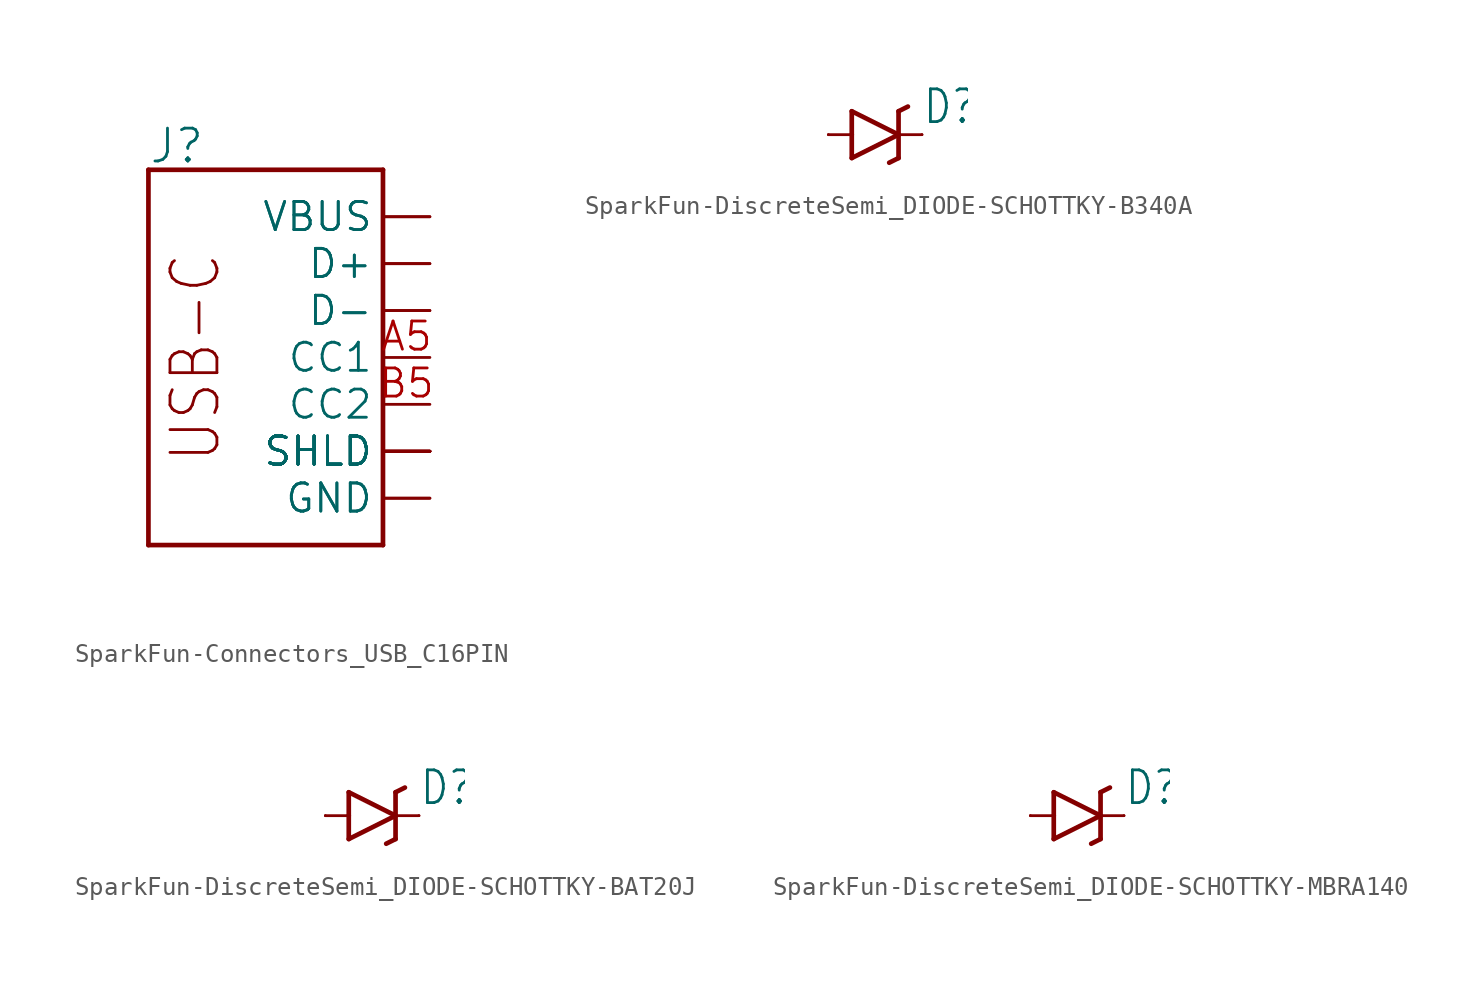
<source format=kicad_sym>
(kicad_symbol_lib
  (version 20241209)
  (generator "kicad_symbol_editor")
  (generator_version "9.0")
  (symbol "SparkFun-Connectors_USB_C16PIN"
    (property "Reference" "J"
      (at -2.54 10.414 0)
      (effects (font (size 1.778 1.778)) (justify left bottom)))
    (property "Value" ""
      (at -2.54 -12.446 0)
      (effects (font (size 1.778 1.778)) (justify left bottom)))
    (property "ki_locked" ""
      (at 0 0 0)
      (effects (font (size 1.27 1.27))))
    (symbol "SparkFun-Connectors_USB_C16PIN_1_0"
      (polyline (pts (xy -2.54 -10.16) (xy -2.54 10.16)) (stroke (width 0.254) (type solid)) (fill (type none)))
      (polyline (pts (xy -2.54 -10.16) (xy 10.16 -10.16)) (stroke (width 0.254) (type solid)) (fill (type none)))
      (polyline (pts (xy 10.16 10.16) (xy -2.54 10.16)) (stroke (width 0.254) (type solid)) (fill (type none)))
      (polyline (pts (xy 10.16 -10.16) (xy 10.16 10.16)) (stroke (width 0.254) (type solid)) (fill (type none)))
      (text "USB-C" (at 0 0 900) (effects (font (size 2.54 2.159))))
      (pin bidirectional line (at 12.7 7.62 180) (length 2.54) (name "VBUS" (effects (font (size 1.524 1.524)))) (number "VBUS1" (effects (font (size 0 0)))))
      (pin bidirectional line (at 12.7 7.62 180) (length 2.54) (name "VBUS" (effects (font (size 1.524 1.524)))) (number "VBUS2" (effects (font (size 0 0)))))
      (pin bidirectional line (at 12.7 5.08 180) (length 2.54) (name "D+" (effects (font (size 1.524 1.524)))) (number "A6" (effects (font (size 0 0)))))
      (pin bidirectional line (at 12.7 5.08 180) (length 2.54) (name "D+" (effects (font (size 1.524 1.524)))) (number "B6" (effects (font (size 0 0)))))
      (pin bidirectional line (at 12.7 2.54 180) (length 2.54) (name "D-" (effects (font (size 1.524 1.524)))) (number "A7" (effects (font (size 0 0)))))
      (pin bidirectional line (at 12.7 2.54 180) (length 2.54) (name "D-" (effects (font (size 1.524 1.524)))) (number "B7" (effects (font (size 0 0)))))
      (pin bidirectional line (at 12.7 0 180) (length 2.54) (name "CC1" (effects (font (size 1.524 1.524)))) (number "A5" (effects (font (size 1.524 1.524)))))
      (pin bidirectional line (at 12.7 -2.54 180) (length 2.54) (name "CC2" (effects (font (size 1.524 1.524)))) (number "B5" (effects (font (size 1.524 1.524)))))
      (pin bidirectional line (at 12.7 -5.08 180) (length 2.54) (name "SHLD" (effects (font (size 1.524 1.524)))) (number "SHLD1" (effects (font (size 0 0)))))
      (pin bidirectional line (at 12.7 -5.08 180) (length 2.54) (name "SHLD" (effects (font (size 1.524 1.524)))) (number "SHLD2" (effects (font (size 0 0)))))
      (pin bidirectional line (at 12.7 -5.08 180) (length 2.54) (name "SHLD" (effects (font (size 1.524 1.524)))) (number "SHLD3" (effects (font (size 0 0)))))
      (pin bidirectional line (at 12.7 -5.08 180) (length 2.54) (name "SHLD" (effects (font (size 1.524 1.524)))) (number "SHLD4" (effects (font (size 0 0)))))
      (pin bidirectional line (at 12.7 -5.08 180) (length 2.54) (name "SHLD" (effects (font (size 1.524 1.524)))) (number "SHLD5" (effects (font (size 0 0)))))
      (pin bidirectional line (at 12.7 -5.08 180) (length 2.54) (name "SHLD" (effects (font (size 1.524 1.524)))) (number "SHLD6" (effects (font (size 0 0)))))
      (pin bidirectional line (at 12.7 -5.08 180) (length 2.54) (name "SHLD" (effects (font (size 1.524 1.524)))) (number "SHLD7" (effects (font (size 0 0)))))
      (pin bidirectional line (at 12.7 -5.08 180) (length 2.54) (name "SHLD" (effects (font (size 1.524 1.524)))) (number "SHLD8" (effects (font (size 0 0)))))
      (pin bidirectional line (at 12.7 -7.62 180) (length 2.54) (name "GND" (effects (font (size 1.524 1.524)))) (number "GND" (effects (font (size 0 0)))))
      (pin bidirectional line (at 12.7 -7.62 180) (length 2.54) (name "GND" (effects (font (size 1.524 1.524)))) (number "GND2" (effects (font (size 0 0)))))))
  (symbol "SparkFun-DiscreteSemi_DIODE-SCHOTTKY-B340A"
    (property "Reference" "D"
      (at 2.54 0.483 0)
      (effects (font (size 1.778 1.511)) (justify left bottom)))
    (property "Value" ""
      (at 2.54 -2.311 0)
      (effects (font (size 1.778 1.511)) (justify left bottom)))
    (property "ki_locked" ""
      (at 0 0 0)
      (effects (font (size 1.27 1.27))))
    (symbol "SparkFun-DiscreteSemi_DIODE-SCHOTTKY-B340A_1_0"
      (polyline (pts (xy -2.54 0) (xy -1.27 0)) (stroke (width 0.152) (type solid)) (fill (type none)))
      (polyline (pts (xy -1.27 1.27) (xy -1.27 0)) (stroke (width 0.254) (type solid)) (fill (type none)))
      (polyline (pts (xy -1.27 0) (xy -1.27 -1.27)) (stroke (width 0.254) (type solid)) (fill (type none)))
      (polyline (pts (xy -1.27 -1.27) (xy 1.27 0)) (stroke (width 0.254) (type solid)) (fill (type none)))
      (polyline (pts (xy 1.27 1.27) (xy 1.27 0)) (stroke (width 0.254) (type solid)) (fill (type none)))
      (polyline (pts (xy 1.27 1.27) (xy 1.778 1.524)) (stroke (width 0.254) (type solid)) (fill (type none)))
      (polyline (pts (xy 1.27 0) (xy -1.27 1.27)) (stroke (width 0.254) (type solid)) (fill (type none)))
      (polyline (pts (xy 1.27 0) (xy 1.27 -1.27)) (stroke (width 0.254) (type solid)) (fill (type none)))
      (polyline (pts (xy 1.27 -1.27) (xy 0.762 -1.524)) (stroke (width 0.254) (type solid)) (fill (type none)))
      (polyline (pts (xy 2.54 0) (xy 1.27 0)) (stroke (width 0.152) (type solid)) (fill (type none)))
      (pin passive line (at -2.54 0 0) (length 0) (name "A" (effects (font (size 0 0)))) (number "A" (effects (font (size 0 0)))))
      (pin passive line (at 2.54 0 180) (length 0) (name "C" (effects (font (size 0 0)))) (number "C" (effects (font (size 0 0)))))))
  (symbol "SparkFun-DiscreteSemi_DIODE-SCHOTTKY-BAT20J"
    (property "Reference" "D"
      (at 2.54 0.483 0)
      (effects (font (size 1.778 1.511)) (justify left bottom)))
    (property "Value" ""
      (at 2.54 -2.311 0)
      (effects (font (size 1.778 1.511)) (justify left bottom)))
    (property "ki_locked" ""
      (at 0 0 0)
      (effects (font (size 1.27 1.27))))
    (symbol "SparkFun-DiscreteSemi_DIODE-SCHOTTKY-BAT20J_1_0"
      (polyline (pts (xy -2.54 0) (xy -1.27 0)) (stroke (width 0.152) (type solid)) (fill (type none)))
      (polyline (pts (xy -1.27 1.27) (xy -1.27 0)) (stroke (width 0.254) (type solid)) (fill (type none)))
      (polyline (pts (xy -1.27 0) (xy -1.27 -1.27)) (stroke (width 0.254) (type solid)) (fill (type none)))
      (polyline (pts (xy -1.27 -1.27) (xy 1.27 0)) (stroke (width 0.254) (type solid)) (fill (type none)))
      (polyline (pts (xy 1.27 1.27) (xy 1.27 0)) (stroke (width 0.254) (type solid)) (fill (type none)))
      (polyline (pts (xy 1.27 1.27) (xy 1.778 1.524)) (stroke (width 0.254) (type solid)) (fill (type none)))
      (polyline (pts (xy 1.27 0) (xy -1.27 1.27)) (stroke (width 0.254) (type solid)) (fill (type none)))
      (polyline (pts (xy 1.27 0) (xy 1.27 -1.27)) (stroke (width 0.254) (type solid)) (fill (type none)))
      (polyline (pts (xy 1.27 -1.27) (xy 0.762 -1.524)) (stroke (width 0.254) (type solid)) (fill (type none)))
      (polyline (pts (xy 2.54 0) (xy 1.27 0)) (stroke (width 0.152) (type solid)) (fill (type none)))
      (pin passive line (at -2.54 0 0) (length 0) (name "A" (effects (font (size 0 0)))) (number "A" (effects (font (size 0 0)))))
      (pin passive line (at 2.54 0 180) (length 0) (name "C" (effects (font (size 0 0)))) (number "C" (effects (font (size 0 0)))))))
  (symbol "SparkFun-DiscreteSemi_DIODE-SCHOTTKY-MBRA140"
    (property "Reference" "D"
      (at 2.54 0.483 0)
      (effects (font (size 1.778 1.511)) (justify left bottom)))
    (property "Value" ""
      (at 2.54 -2.311 0)
      (effects (font (size 1.778 1.511)) (justify left bottom)))
    (property "ki_locked" ""
      (at 0 0 0)
      (effects (font (size 1.27 1.27))))
    (symbol "SparkFun-DiscreteSemi_DIODE-SCHOTTKY-MBRA140_1_0"
      (polyline (pts (xy -2.54 0) (xy -1.27 0)) (stroke (width 0.152) (type solid)) (fill (type none)))
      (polyline (pts (xy -1.27 1.27) (xy -1.27 0)) (stroke (width 0.254) (type solid)) (fill (type none)))
      (polyline (pts (xy -1.27 0) (xy -1.27 -1.27)) (stroke (width 0.254) (type solid)) (fill (type none)))
      (polyline (pts (xy -1.27 -1.27) (xy 1.27 0)) (stroke (width 0.254) (type solid)) (fill (type none)))
      (polyline (pts (xy 1.27 1.27) (xy 1.27 0)) (stroke (width 0.254) (type solid)) (fill (type none)))
      (polyline (pts (xy 1.27 1.27) (xy 1.778 1.524)) (stroke (width 0.254) (type solid)) (fill (type none)))
      (polyline (pts (xy 1.27 0) (xy -1.27 1.27)) (stroke (width 0.254) (type solid)) (fill (type none)))
      (polyline (pts (xy 1.27 0) (xy 1.27 -1.27)) (stroke (width 0.254) (type solid)) (fill (type none)))
      (polyline (pts (xy 1.27 -1.27) (xy 0.762 -1.524)) (stroke (width 0.254) (type solid)) (fill (type none)))
      (polyline (pts (xy 2.54 0) (xy 1.27 0)) (stroke (width 0.152) (type solid)) (fill (type none)))
      (pin passive line (at -2.54 0 0) (length 0) (name "A" (effects (font (size 0 0)))) (number "A" (effects (font (size 0 0)))))
      (pin passive line (at 2.54 0 180) (length 0) (name "C" (effects (font (size 0 0)))) (number "C" (effects (font (size 0 0))))))))
</source>
